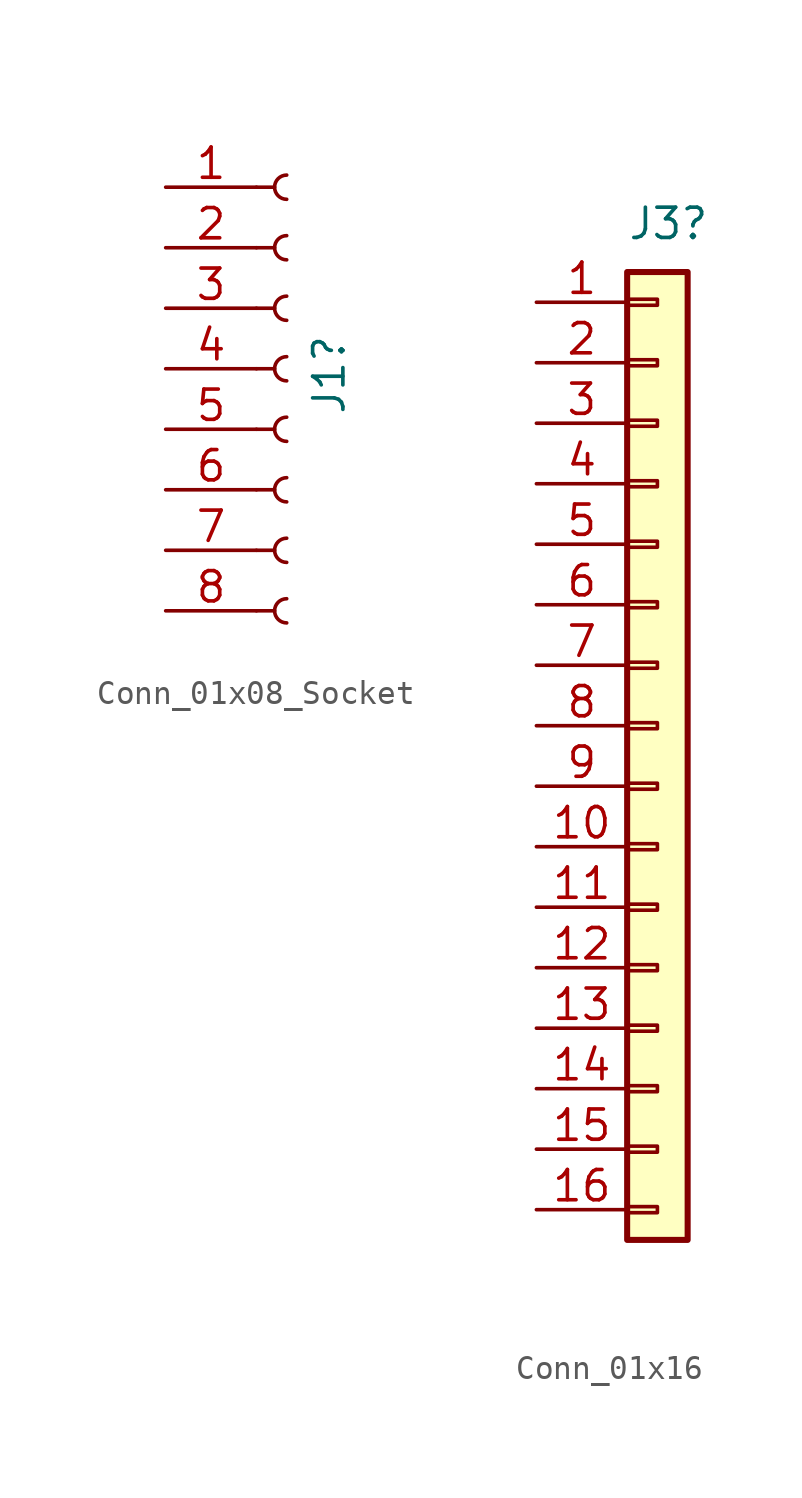
<source format=kicad_sym>
(kicad_symbol_lib
  (version 20241209)
  (generator "kicad_symbol_editor")
  (generator_version "9.0")
  (symbol "Conn_01x08_Socket"
    (pin_names
      (offset 1.016)
      (hide yes))
    (property "Reference" "J1"
      (at 1.778 -0.254 90)
      (effects (font (size 1.27 1.27))))
    (property "Description" ""
      (at 0 0 0)
      (effects (font (size 1.27 1.27))))
    (property "ki_locked" ""
      (at 0 0 0)
      (effects (font (size 1.27 1.27))))
    (symbol "Conn_01x08_Socket_1_1"
      (polyline (pts (xy -1.27 7.62) (xy -0.508 7.62)) (stroke (width 0.152) (type default)) (fill (type none)))
      (polyline (pts (xy -1.27 5.08) (xy -0.508 5.08)) (stroke (width 0.152) (type default)) (fill (type none)))
      (polyline (pts (xy -1.27 2.54) (xy -0.508 2.54)) (stroke (width 0.152) (type default)) (fill (type none)))
      (polyline (pts (xy -1.27 0) (xy -0.508 0)) (stroke (width 0.152) (type default)) (fill (type none)))
      (polyline (pts (xy -1.27 -2.54) (xy -0.508 -2.54)) (stroke (width 0.152) (type default)) (fill (type none)))
      (polyline (pts (xy -1.27 -5.08) (xy -0.508 -5.08)) (stroke (width 0.152) (type default)) (fill (type none)))
      (polyline (pts (xy -1.27 -7.62) (xy -0.508 -7.62)) (stroke (width 0.152) (type default)) (fill (type none)))
      (polyline (pts (xy -1.27 -10.16) (xy -0.508 -10.16)) (stroke (width 0.152) (type default)) (fill (type none)))
      (arc (start 0 7.112) (mid -0.5058 7.62) (end 0 8.128) (stroke (width 0.1524) (type default)) (fill (type none)))
      (arc (start 0 4.572) (mid -0.5058 5.08) (end 0 5.588) (stroke (width 0.1524) (type default)) (fill (type none)))
      (arc (start 0 2.032) (mid -0.5058 2.54) (end 0 3.048) (stroke (width 0.1524) (type default)) (fill (type none)))
      (arc (start 0 -0.508) (mid -0.5058 0) (end 0 0.508) (stroke (width 0.1524) (type default)) (fill (type none)))
      (arc (start 0 -3.048) (mid -0.5058 -2.54) (end 0 -2.032) (stroke (width 0.1524) (type default)) (fill (type none)))
      (arc (start 0 -5.588) (mid -0.5058 -5.08) (end 0 -4.572) (stroke (width 0.1524) (type default)) (fill (type none)))
      (arc (start 0 -8.128) (mid -0.5058 -7.62) (end 0 -7.112) (stroke (width 0.1524) (type default)) (fill (type none)))
      (arc (start 0 -10.668) (mid -0.5058 -10.16) (end 0 -9.652) (stroke (width 0.1524) (type default)) (fill (type none)))
      (pin passive line (at -5.08 7.62 0) (length 3.81) (name "Pin_1" (effects (font (size 1.27 1.27)))) (number "1" (effects (font (size 1.27 1.27)))))
      (pin passive line (at -5.08 5.08 0) (length 3.81) (name "Pin_2" (effects (font (size 1.27 1.27)))) (number "2" (effects (font (size 1.27 1.27)))))
      (pin passive line (at -5.08 2.54 0) (length 3.81) (name "Pin_3" (effects (font (size 1.27 1.27)))) (number "3" (effects (font (size 1.27 1.27)))))
      (pin passive line (at -5.08 0 0) (length 3.81) (name "Pin_4" (effects (font (size 1.27 1.27)))) (number "4" (effects (font (size 1.27 1.27)))))
      (pin passive line (at -5.08 -2.54 0) (length 3.81) (name "Pin_5" (effects (font (size 1.27 1.27)))) (number "5" (effects (font (size 1.27 1.27)))))
      (pin passive line (at -5.08 -5.08 0) (length 3.81) (name "Pin_6" (effects (font (size 1.27 1.27)))) (number "6" (effects (font (size 1.27 1.27)))))
      (pin passive line (at -5.08 -7.62 0) (length 3.81) (name "Pin_7" (effects (font (size 1.27 1.27)))) (number "7" (effects (font (size 1.27 1.27)))))
      (pin passive line (at -5.08 -10.16 0) (length 3.81) (name "Pin_8" (effects (font (size 1.27 1.27)))) (number "8" (effects (font (size 1.27 1.27)))))))
  (symbol "Conn_01x16"
    (pin_names
      (offset 1.016)
      (hide yes))
    (property "Reference" "J3"
      (at -1.27 21.082 0)
      (effects (font (size 1.27 1.27)) (justify left)))
    (property "Description" ""
      (at 0 0 0)
      (effects (font (size 1.27 1.27))))
    (symbol "Conn_01x16_1_1"
      (rectangle (start -1.27 19.05) (end 1.27 -21.59) (stroke (width 0.254) (type default)) (fill (type background)))
      (rectangle (start -1.27 17.907) (end 0 17.653) (stroke (width 0.152) (type default)) (fill (type none)))
      (rectangle (start -1.27 15.367) (end 0 15.113) (stroke (width 0.152) (type default)) (fill (type none)))
      (rectangle (start -1.27 12.827) (end 0 12.573) (stroke (width 0.152) (type default)) (fill (type none)))
      (rectangle (start -1.27 10.287) (end 0 10.033) (stroke (width 0.152) (type default)) (fill (type none)))
      (rectangle (start -1.27 7.747) (end 0 7.493) (stroke (width 0.152) (type default)) (fill (type none)))
      (rectangle (start -1.27 5.207) (end 0 4.953) (stroke (width 0.152) (type default)) (fill (type none)))
      (rectangle (start -1.27 2.667) (end 0 2.413) (stroke (width 0.152) (type default)) (fill (type none)))
      (rectangle (start -1.27 0.127) (end 0 -0.127) (stroke (width 0.152) (type default)) (fill (type none)))
      (rectangle (start -1.27 -2.413) (end 0 -2.667) (stroke (width 0.152) (type default)) (fill (type none)))
      (rectangle (start -1.27 -4.953) (end 0 -5.207) (stroke (width 0.152) (type default)) (fill (type none)))
      (rectangle (start -1.27 -7.493) (end 0 -7.747) (stroke (width 0.152) (type default)) (fill (type none)))
      (rectangle (start -1.27 -10.033) (end 0 -10.287) (stroke (width 0.152) (type default)) (fill (type none)))
      (rectangle (start -1.27 -12.573) (end 0 -12.827) (stroke (width 0.152) (type default)) (fill (type none)))
      (rectangle (start -1.27 -15.113) (end 0 -15.367) (stroke (width 0.152) (type default)) (fill (type none)))
      (rectangle (start -1.27 -17.653) (end 0 -17.907) (stroke (width 0.152) (type default)) (fill (type none)))
      (rectangle (start -1.27 -20.193) (end 0 -20.447) (stroke (width 0.152) (type default)) (fill (type none)))
      (pin passive line (at -5.08 17.78 0) (length 3.81) (name "Pin_1" (effects (font (size 1.27 1.27)))) (number "1" (effects (font (size 1.27 1.27)))))
      (pin passive line (at -5.08 15.24 0) (length 3.81) (name "Pin_2" (effects (font (size 1.27 1.27)))) (number "2" (effects (font (size 1.27 1.27)))))
      (pin passive line (at -5.08 12.7 0) (length 3.81) (name "Pin_3" (effects (font (size 1.27 1.27)))) (number "3" (effects (font (size 1.27 1.27)))))
      (pin passive line (at -5.08 10.16 0) (length 3.81) (name "Pin_4" (effects (font (size 1.27 1.27)))) (number "4" (effects (font (size 1.27 1.27)))))
      (pin passive line (at -5.08 7.62 0) (length 3.81) (name "Pin_5" (effects (font (size 1.27 1.27)))) (number "5" (effects (font (size 1.27 1.27)))))
      (pin passive line (at -5.08 5.08 0) (length 3.81) (name "Pin_6" (effects (font (size 1.27 1.27)))) (number "6" (effects (font (size 1.27 1.27)))))
      (pin passive line (at -5.08 2.54 0) (length 3.81) (name "Pin_7" (effects (font (size 1.27 1.27)))) (number "7" (effects (font (size 1.27 1.27)))))
      (pin passive line (at -5.08 0 0) (length 3.81) (name "Pin_8" (effects (font (size 1.27 1.27)))) (number "8" (effects (font (size 1.27 1.27)))))
      (pin passive line (at -5.08 -2.54 0) (length 3.81) (name "Pin_9" (effects (font (size 1.27 1.27)))) (number "9" (effects (font (size 1.27 1.27)))))
      (pin passive line (at -5.08 -5.08 0) (length 3.81) (name "Pin_10" (effects (font (size 1.27 1.27)))) (number "10" (effects (font (size 1.27 1.27)))))
      (pin passive line (at -5.08 -7.62 0) (length 3.81) (name "Pin_11" (effects (font (size 1.27 1.27)))) (number "11" (effects (font (size 1.27 1.27)))))
      (pin passive line (at -5.08 -10.16 0) (length 3.81) (name "Pin_12" (effects (font (size 1.27 1.27)))) (number "12" (effects (font (size 1.27 1.27)))))
      (pin passive line (at -5.08 -12.7 0) (length 3.81) (name "Pin_13" (effects (font (size 1.27 1.27)))) (number "13" (effects (font (size 1.27 1.27)))))
      (pin passive line (at -5.08 -15.24 0) (length 3.81) (name "Pin_14" (effects (font (size 1.27 1.27)))) (number "14" (effects (font (size 1.27 1.27)))))
      (pin passive line (at -5.08 -17.78 0) (length 3.81) (name "Pin_15" (effects (font (size 1.27 1.27)))) (number "15" (effects (font (size 1.27 1.27)))))
      (pin passive line (at -5.08 -20.32 0) (length 3.81) (name "Pin_16" (effects (font (size 1.27 1.27)))) (number "16" (effects (font (size 1.27 1.27))))))))
</source>
